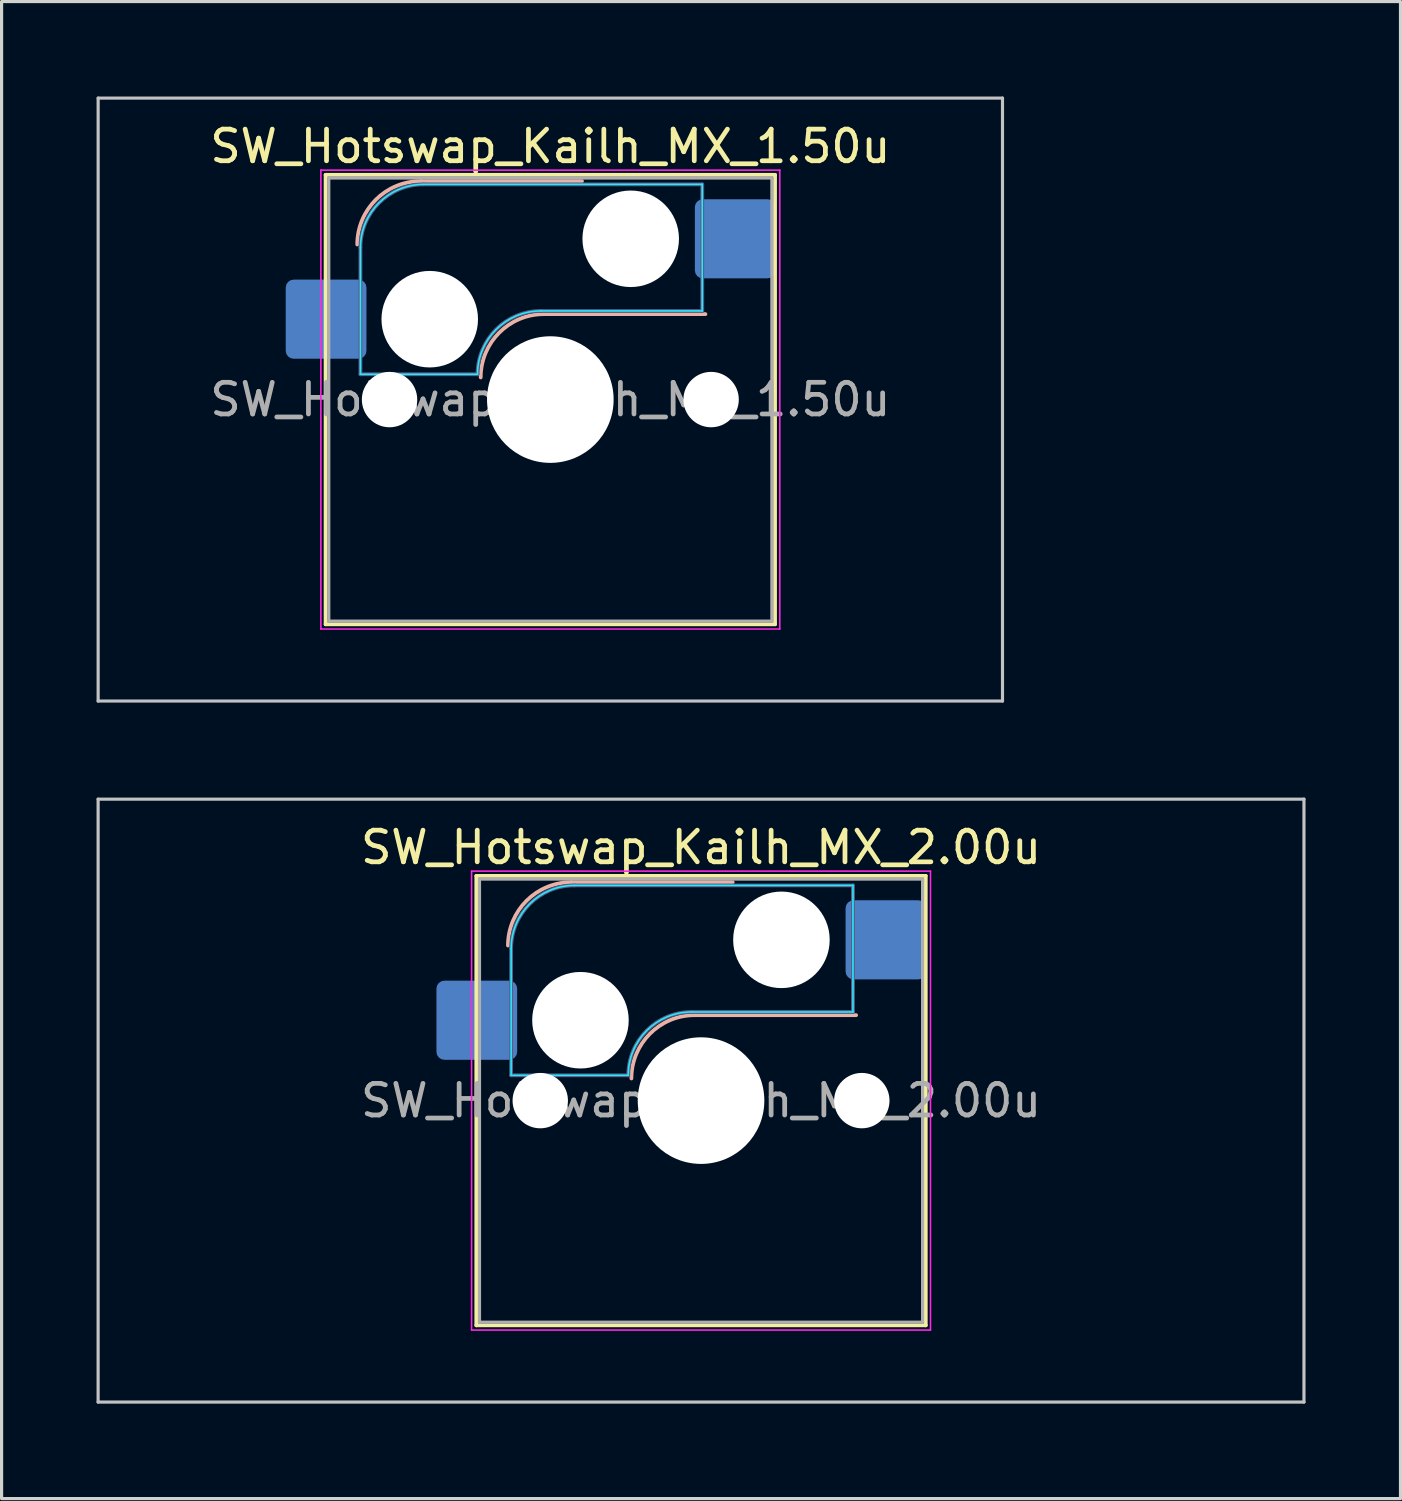
<source format=kicad_pcb>
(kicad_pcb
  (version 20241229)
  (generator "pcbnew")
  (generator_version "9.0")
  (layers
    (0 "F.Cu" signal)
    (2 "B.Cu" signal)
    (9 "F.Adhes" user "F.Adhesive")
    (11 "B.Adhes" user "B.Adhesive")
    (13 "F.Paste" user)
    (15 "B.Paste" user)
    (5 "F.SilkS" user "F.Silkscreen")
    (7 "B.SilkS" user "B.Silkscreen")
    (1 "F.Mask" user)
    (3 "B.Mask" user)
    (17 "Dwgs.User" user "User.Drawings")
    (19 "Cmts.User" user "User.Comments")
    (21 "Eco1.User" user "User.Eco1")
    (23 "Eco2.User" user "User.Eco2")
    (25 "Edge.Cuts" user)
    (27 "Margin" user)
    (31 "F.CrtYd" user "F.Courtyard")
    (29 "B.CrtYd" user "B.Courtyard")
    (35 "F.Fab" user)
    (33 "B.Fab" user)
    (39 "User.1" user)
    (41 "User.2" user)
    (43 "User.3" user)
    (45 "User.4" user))
  (footprint "SW_Hotswap_Kailh_MX_1.50u"
    (layer "F.Cu")
    (at 14.338 9.575)
    (property "Reference" "SW_Hotswap_Kailh_MX_1.50u" (at 0 -8 0) (layer "F.SilkS") (effects (font (size 1 1) (thickness 0.15))))
    (attr smd)
    (fp_line (start -7.1 -7.1) (end -7.1 7.1) (stroke (width 0.12) (type solid)) (layer "F.SilkS"))
    (fp_line (start -7.1 7.1) (end 7.1 7.1) (stroke (width 0.12) (type solid)) (layer "F.SilkS"))
    (fp_line (start 7.1 -7.1) (end -7.1 -7.1) (stroke (width 0.12) (type solid)) (layer "F.SilkS"))
    (fp_line (start 7.1 7.1) (end 7.1 -7.1) (stroke (width 0.12) (type solid)) (layer "F.SilkS"))
    (fp_line (start -4.1 -6.9) (end 1 -6.9) (stroke (width 0.12) (type solid)) (layer "B.SilkS"))
    (fp_line (start -0.2 -2.7) (end 4.9 -2.7) (stroke (width 0.12) (type solid)) (layer "B.SilkS"))
    (fp_arc (start -6.1 -4.9) (mid -5.514214 -6.314214) (end -4.1 -6.9) (stroke (width 0.12) (type solid)) (layer "B.SilkS"))
    (fp_arc (start -2.2 -0.7) (mid -1.614214 -2.114214) (end -0.2 -2.7) (stroke (width 0.12) (type solid)) (layer "B.SilkS"))
    (fp_line (start -14.287 -9.525) (end -14.287 9.525) (stroke (width 0.1) (type solid)) (layer "Dwgs.User"))
    (fp_line (start -14.287 9.525) (end 14.287 9.525) (stroke (width 0.1) (type solid)) (layer "Dwgs.User"))
    (fp_line (start 14.287 -9.525) (end -14.287 -9.525) (stroke (width 0.1) (type solid)) (layer "Dwgs.User"))
    (fp_line (start 14.287 9.525) (end 14.287 -9.525) (stroke (width 0.1) (type solid)) (layer "Dwgs.User"))
    (fp_line (start -7.8 -6) (end -7 -6) (stroke (width 0.1) (type solid)) (layer "Eco1.User"))
    (fp_line (start -7.8 -2.9) (end -7.8 -6) (stroke (width 0.1) (type solid)) (layer "Eco1.User"))
    (fp_line (start -7.8 2.9) (end -7 2.9) (stroke (width 0.1) (type solid)) (layer "Eco1.User"))
    (fp_line (start -7.8 6) (end -7.8 2.9) (stroke (width 0.1) (type solid)) (layer "Eco1.User"))
    (fp_line (start -7 -7) (end 7 -7) (stroke (width 0.1) (type solid)) (layer "Eco1.User"))
    (fp_line (start -7 -6) (end -7 -7) (stroke (width 0.1) (type solid)) (layer "Eco1.User"))
    (fp_line (start -7 -2.9) (end -7.8 -2.9) (stroke (width 0.1) (type solid)) (layer "Eco1.User"))
    (fp_line (start -7 2.9) (end -7 -2.9) (stroke (width 0.1) (type solid)) (layer "Eco1.User"))
    (fp_line (start -7 6) (end -7.8 6) (stroke (width 0.1) (type solid)) (layer "Eco1.User"))
    (fp_line (start -7 7) (end -7 6) (stroke (width 0.1) (type solid)) (layer "Eco1.User"))
    (fp_line (start 7 -7) (end 7 -6) (stroke (width 0.1) (type solid)) (layer "Eco1.User"))
    (fp_line (start 7 -6) (end 7.8 -6) (stroke (width 0.1) (type solid)) (layer "Eco1.User"))
    (fp_line (start 7 -2.9) (end 7 2.9) (stroke (width 0.1) (type solid)) (layer "Eco1.User"))
    (fp_line (start 7 2.9) (end 7.8 2.9) (stroke (width 0.1) (type solid)) (layer "Eco1.User"))
    (fp_line (start 7 6) (end 7 7) (stroke (width 0.1) (type solid)) (layer "Eco1.User"))
    (fp_line (start 7 7) (end -7 7) (stroke (width 0.1) (type solid)) (layer "Eco1.User"))
    (fp_line (start 7.8 -6) (end 7.8 -2.9) (stroke (width 0.1) (type solid)) (layer "Eco1.User"))
    (fp_line (start 7.8 -2.9) (end 7 -2.9) (stroke (width 0.1) (type solid)) (layer "Eco1.User"))
    (fp_line (start 7.8 2.9) (end 7.8 6) (stroke (width 0.1) (type solid)) (layer "Eco1.User"))
    (fp_line (start 7.8 6) (end 7 6) (stroke (width 0.1) (type solid)) (layer "Eco1.User"))
    (fp_line (start -6 -0.8) (end -6 -4.8) (stroke (width 0.05) (type solid)) (layer "B.CrtYd"))
    (fp_line (start -6 -0.8) (end -2.3 -0.8) (stroke (width 0.05) (type solid)) (layer "B.CrtYd"))
    (fp_line (start -4 -6.8) (end 4.8 -6.8) (stroke (width 0.05) (type solid)) (layer "B.CrtYd"))
    (fp_line (start -0.3 -2.8) (end 4.8 -2.8) (stroke (width 0.05) (type solid)) (layer "B.CrtYd"))
    (fp_line (start 4.8 -6.8) (end 4.8 -2.8) (stroke (width 0.05) (type solid)) (layer "B.CrtYd"))
    (fp_arc (start -6 -4.8) (mid -5.414214 -6.214214) (end -4 -6.8) (stroke (width 0.05) (type solid)) (layer "B.CrtYd"))
    (fp_arc (start -2.3 -0.8) (mid -1.714214 -2.214214) (end -0.3 -2.8) (stroke (width 0.05) (type solid)) (layer "B.CrtYd"))
    (fp_line (start -7.25 -7.25) (end -7.25 7.25) (stroke (width 0.05) (type solid)) (layer "F.CrtYd"))
    (fp_line (start -7.25 7.25) (end 7.25 7.25) (stroke (width 0.05) (type solid)) (layer "F.CrtYd"))
    (fp_line (start 7.25 -7.25) (end -7.25 -7.25) (stroke (width 0.05) (type solid)) (layer "F.CrtYd"))
    (fp_line (start 7.25 7.25) (end 7.25 -7.25) (stroke (width 0.05) (type solid)) (layer "F.CrtYd"))
    (fp_line (start -6 -0.8) (end -6 -4.8) (stroke (width 0.12) (type solid)) (layer "B.Fab"))
    (fp_line (start -6 -0.8) (end -2.3 -0.8) (stroke (width 0.12) (type solid)) (layer "B.Fab"))
    (fp_line (start -4 -6.8) (end 4.8 -6.8) (stroke (width 0.12) (type solid)) (layer "B.Fab"))
    (fp_line (start -0.3 -2.8) (end 4.8 -2.8) (stroke (width 0.12) (type solid)) (layer "B.Fab"))
    (fp_line (start 4.8 -6.8) (end 4.8 -2.8) (stroke (width 0.12) (type solid)) (layer "B.Fab"))
    (fp_arc (start -6 -4.8) (mid -5.414214 -6.214214) (end -4 -6.8) (stroke (width 0.12) (type solid)) (layer "B.Fab"))
    (fp_arc (start -2.3 -0.8) (mid -1.714214 -2.214214) (end -0.3 -2.8) (stroke (width 0.12) (type solid)) (layer "B.Fab"))
    (fp_line (start -7 -7) (end -7 7) (stroke (width 0.1) (type solid)) (layer "F.Fab"))
    (fp_line (start -7 7) (end 7 7) (stroke (width 0.1) (type solid)) (layer "F.Fab"))
    (fp_line (start 7 -7) (end -7 -7) (stroke (width 0.1) (type solid)) (layer "F.Fab"))
    (fp_line (start 7 7) (end 7 -7) (stroke (width 0.1) (type solid)) (layer "F.Fab"))
    (fp_text user "${REFERENCE}" (at 0 0 0) (layer "F.Fab") (effects (font (size 1 1) (thickness 0.15))))
    (pad "" np_thru_hole circle (at -5.08 0) (size 1.75 1.75) (drill 1.75) (layers "*.Cu" "*.Mask"))
    (pad "" np_thru_hole circle (at -3.81 -2.54) (size 3.05 3.05) (drill 3.05) (layers "*.Cu" "*.Mask"))
    (pad "" np_thru_hole circle (at 0 0) (size 4 4) (drill 4) (layers "*.Cu" "*.Mask"))
    (pad "" np_thru_hole circle (at 2.54 -5.08) (size 3.05 3.05) (drill 3.05) (layers "*.Cu" "*.Mask"))
    (pad "" np_thru_hole circle (at 5.08 0) (size 1.75 1.75) (drill 1.75) (layers "*.Cu" "*.Mask"))
    (pad "1" smd roundrect (at -7.085 -2.54) (size 2.55 2.5) (layers "B.Cu" "B.Mask" "B.Paste") (roundrect_rratio 0.1))
    (pad "2" smd roundrect (at 5.842 -5.08) (size 2.55 2.5) (layers "B.Cu" "B.Mask" "B.Paste") (roundrect_rratio 0.1)))
  (footprint "SW_Hotswap_Kailh_MX_2.00u"
    (layer "F.Cu")
    (at 19.1 31.725)
    (property "Reference" "SW_Hotswap_Kailh_MX_2.00u" (at 0 -8 0) (layer "F.SilkS") (effects (font (size 1 1) (thickness 0.15))))
    (attr smd)
    (fp_line (start -7.1 -7.1) (end -7.1 7.1) (stroke (width 0.12) (type solid)) (layer "F.SilkS"))
    (fp_line (start -7.1 7.1) (end 7.1 7.1) (stroke (width 0.12) (type solid)) (layer "F.SilkS"))
    (fp_line (start 7.1 -7.1) (end -7.1 -7.1) (stroke (width 0.12) (type solid)) (layer "F.SilkS"))
    (fp_line (start 7.1 7.1) (end 7.1 -7.1) (stroke (width 0.12) (type solid)) (layer "F.SilkS"))
    (fp_line (start -4.1 -6.9) (end 1 -6.9) (stroke (width 0.12) (type solid)) (layer "B.SilkS"))
    (fp_line (start -0.2 -2.7) (end 4.9 -2.7) (stroke (width 0.12) (type solid)) (layer "B.SilkS"))
    (fp_arc (start -6.1 -4.9) (mid -5.514214 -6.314214) (end -4.1 -6.9) (stroke (width 0.12) (type solid)) (layer "B.SilkS"))
    (fp_arc (start -2.2 -0.7) (mid -1.614214 -2.114214) (end -0.2 -2.7) (stroke (width 0.12) (type solid)) (layer "B.SilkS"))
    (fp_line (start -19.05 -9.525) (end -19.05 9.525) (stroke (width 0.1) (type solid)) (layer "Dwgs.User"))
    (fp_line (start -19.05 9.525) (end 19.05 9.525) (stroke (width 0.1) (type solid)) (layer "Dwgs.User"))
    (fp_line (start 19.05 -9.525) (end -19.05 -9.525) (stroke (width 0.1) (type solid)) (layer "Dwgs.User"))
    (fp_line (start 19.05 9.525) (end 19.05 -9.525) (stroke (width 0.1) (type solid)) (layer "Dwgs.User"))
    (fp_line (start -7.8 -6) (end -7 -6) (stroke (width 0.1) (type solid)) (layer "Eco1.User"))
    (fp_line (start -7.8 -2.9) (end -7.8 -6) (stroke (width 0.1) (type solid)) (layer "Eco1.User"))
    (fp_line (start -7.8 2.9) (end -7 2.9) (stroke (width 0.1) (type solid)) (layer "Eco1.User"))
    (fp_line (start -7.8 6) (end -7.8 2.9) (stroke (width 0.1) (type solid)) (layer "Eco1.User"))
    (fp_line (start -7 -7) (end 7 -7) (stroke (width 0.1) (type solid)) (layer "Eco1.User"))
    (fp_line (start -7 -6) (end -7 -7) (stroke (width 0.1) (type solid)) (layer "Eco1.User"))
    (fp_line (start -7 -2.9) (end -7.8 -2.9) (stroke (width 0.1) (type solid)) (layer "Eco1.User"))
    (fp_line (start -7 2.9) (end -7 -2.9) (stroke (width 0.1) (type solid)) (layer "Eco1.User"))
    (fp_line (start -7 6) (end -7.8 6) (stroke (width 0.1) (type solid)) (layer "Eco1.User"))
    (fp_line (start -7 7) (end -7 6) (stroke (width 0.1) (type solid)) (layer "Eco1.User"))
    (fp_line (start 7 -7) (end 7 -6) (stroke (width 0.1) (type solid)) (layer "Eco1.User"))
    (fp_line (start 7 -6) (end 7.8 -6) (stroke (width 0.1) (type solid)) (layer "Eco1.User"))
    (fp_line (start 7 -2.9) (end 7 2.9) (stroke (width 0.1) (type solid)) (layer "Eco1.User"))
    (fp_line (start 7 2.9) (end 7.8 2.9) (stroke (width 0.1) (type solid)) (layer "Eco1.User"))
    (fp_line (start 7 6) (end 7 7) (stroke (width 0.1) (type solid)) (layer "Eco1.User"))
    (fp_line (start 7 7) (end -7 7) (stroke (width 0.1) (type solid)) (layer "Eco1.User"))
    (fp_line (start 7.8 -6) (end 7.8 -2.9) (stroke (width 0.1) (type solid)) (layer "Eco1.User"))
    (fp_line (start 7.8 -2.9) (end 7 -2.9) (stroke (width 0.1) (type solid)) (layer "Eco1.User"))
    (fp_line (start 7.8 2.9) (end 7.8 6) (stroke (width 0.1) (type solid)) (layer "Eco1.User"))
    (fp_line (start 7.8 6) (end 7 6) (stroke (width 0.1) (type solid)) (layer "Eco1.User"))
    (fp_line (start -6 -0.8) (end -6 -4.8) (stroke (width 0.05) (type solid)) (layer "B.CrtYd"))
    (fp_line (start -6 -0.8) (end -2.3 -0.8) (stroke (width 0.05) (type solid)) (layer "B.CrtYd"))
    (fp_line (start -4 -6.8) (end 4.8 -6.8) (stroke (width 0.05) (type solid)) (layer "B.CrtYd"))
    (fp_line (start -0.3 -2.8) (end 4.8 -2.8) (stroke (width 0.05) (type solid)) (layer "B.CrtYd"))
    (fp_line (start 4.8 -6.8) (end 4.8 -2.8) (stroke (width 0.05) (type solid)) (layer "B.CrtYd"))
    (fp_arc (start -6 -4.8) (mid -5.414214 -6.214214) (end -4 -6.8) (stroke (width 0.05) (type solid)) (layer "B.CrtYd"))
    (fp_arc (start -2.3 -0.8) (mid -1.714214 -2.214214) (end -0.3 -2.8) (stroke (width 0.05) (type solid)) (layer "B.CrtYd"))
    (fp_line (start -7.25 -7.25) (end -7.25 7.25) (stroke (width 0.05) (type solid)) (layer "F.CrtYd"))
    (fp_line (start -7.25 7.25) (end 7.25 7.25) (stroke (width 0.05) (type solid)) (layer "F.CrtYd"))
    (fp_line (start 7.25 -7.25) (end -7.25 -7.25) (stroke (width 0.05) (type solid)) (layer "F.CrtYd"))
    (fp_line (start 7.25 7.25) (end 7.25 -7.25) (stroke (width 0.05) (type solid)) (layer "F.CrtYd"))
    (fp_line (start -6 -0.8) (end -6 -4.8) (stroke (width 0.12) (type solid)) (layer "B.Fab"))
    (fp_line (start -6 -0.8) (end -2.3 -0.8) (stroke (width 0.12) (type solid)) (layer "B.Fab"))
    (fp_line (start -4 -6.8) (end 4.8 -6.8) (stroke (width 0.12) (type solid)) (layer "B.Fab"))
    (fp_line (start -0.3 -2.8) (end 4.8 -2.8) (stroke (width 0.12) (type solid)) (layer "B.Fab"))
    (fp_line (start 4.8 -6.8) (end 4.8 -2.8) (stroke (width 0.12) (type solid)) (layer "B.Fab"))
    (fp_arc (start -6 -4.8) (mid -5.414214 -6.214214) (end -4 -6.8) (stroke (width 0.12) (type solid)) (layer "B.Fab"))
    (fp_arc (start -2.3 -0.8) (mid -1.714214 -2.214214) (end -0.3 -2.8) (stroke (width 0.12) (type solid)) (layer "B.Fab"))
    (fp_line (start -7 -7) (end -7 7) (stroke (width 0.1) (type solid)) (layer "F.Fab"))
    (fp_line (start -7 7) (end 7 7) (stroke (width 0.1) (type solid)) (layer "F.Fab"))
    (fp_line (start 7 -7) (end -7 -7) (stroke (width 0.1) (type solid)) (layer "F.Fab"))
    (fp_line (start 7 7) (end 7 -7) (stroke (width 0.1) (type solid)) (layer "F.Fab"))
    (fp_text user "${REFERENCE}" (at 0 0 0) (layer "F.Fab") (effects (font (size 1 1) (thickness 0.15))))
    (pad "" np_thru_hole circle (at -5.08 0) (size 1.75 1.75) (drill 1.75) (layers "*.Cu" "*.Mask"))
    (pad "" np_thru_hole circle (at -3.81 -2.54) (size 3.05 3.05) (drill 3.05) (layers "*.Cu" "*.Mask"))
    (pad "" np_thru_hole circle (at 0 0) (size 4 4) (drill 4) (layers "*.Cu" "*.Mask"))
    (pad "" np_thru_hole circle (at 2.54 -5.08) (size 3.05 3.05) (drill 3.05) (layers "*.Cu" "*.Mask"))
    (pad "" np_thru_hole circle (at 5.08 0) (size 1.75 1.75) (drill 1.75) (layers "*.Cu" "*.Mask"))
    (pad "1" smd roundrect (at -7.085 -2.54) (size 2.55 2.5) (layers "B.Cu" "B.Mask" "B.Paste") (roundrect_rratio 0.1))
    (pad "2" smd roundrect (at 5.842 -5.08) (size 2.55 2.5) (layers "B.Cu" "B.Mask" "B.Paste") (roundrect_rratio 0.1)))
  (gr_rect
    (start -3 -3)
    (end 41.2 44.3)
    (stroke (width 0.1) (type default))
    (fill no)
    (layer "Edge.Cuts")))
</source>
